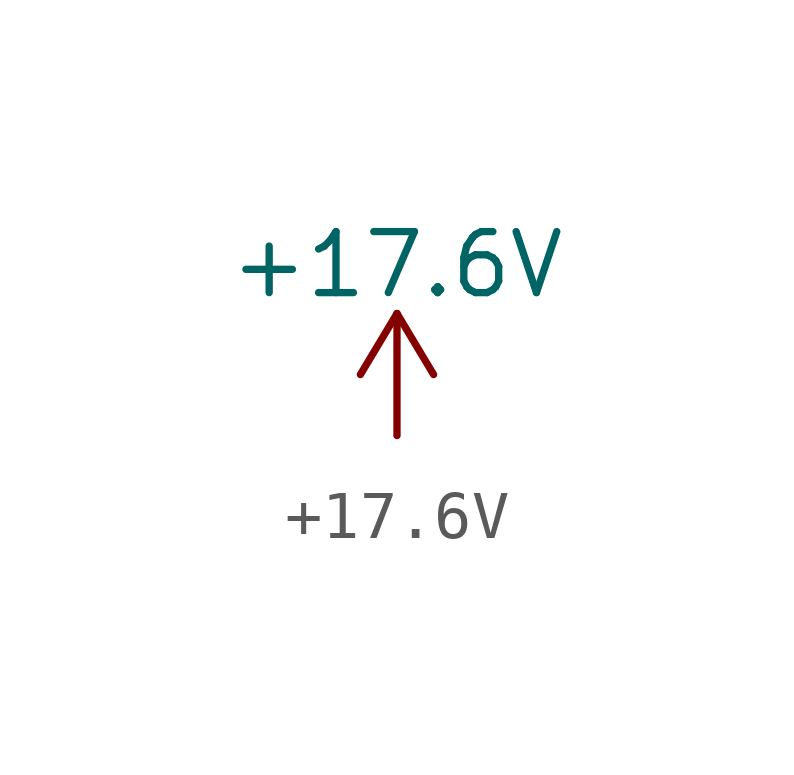
<source format=kicad_sym>
(kicad_symbol_lib
  (version 20220914)
  (generator kicad_symbol_editor)
  (symbol "+17.6V"
    (power)
    (pin_names
      (offset 0))
    (property "Reference" "#PWR"
      (at 0 -3.81 0)
      (effects (font (size 1.27 1.27)) hide))
    (property "Value" "+17.6V"
      (at 0 3.556 0)
      (effects (font (size 1.27 1.27))))
    (symbol "+17.6V_0_1"
      (polyline (pts (xy -0.762 1.27) (xy 0 2.54)) (stroke (width 0) (type default)) (fill (type none)))
      (polyline (pts (xy 0 0) (xy 0 2.54)) (stroke (width 0) (type default)) (fill (type none)))
      (polyline (pts (xy 0 2.54) (xy 0.762 1.27)) (stroke (width 0) (type default)) (fill (type none))))
    (symbol "+17.6V_1_1"
      (pin power_in line (at 0 0 90) (length 0) hide (name "+17.6V" (effects (font (size 1.27 1.27)))) (number "1" (effects (font (size 1.27 1.27))))))))
</source>
